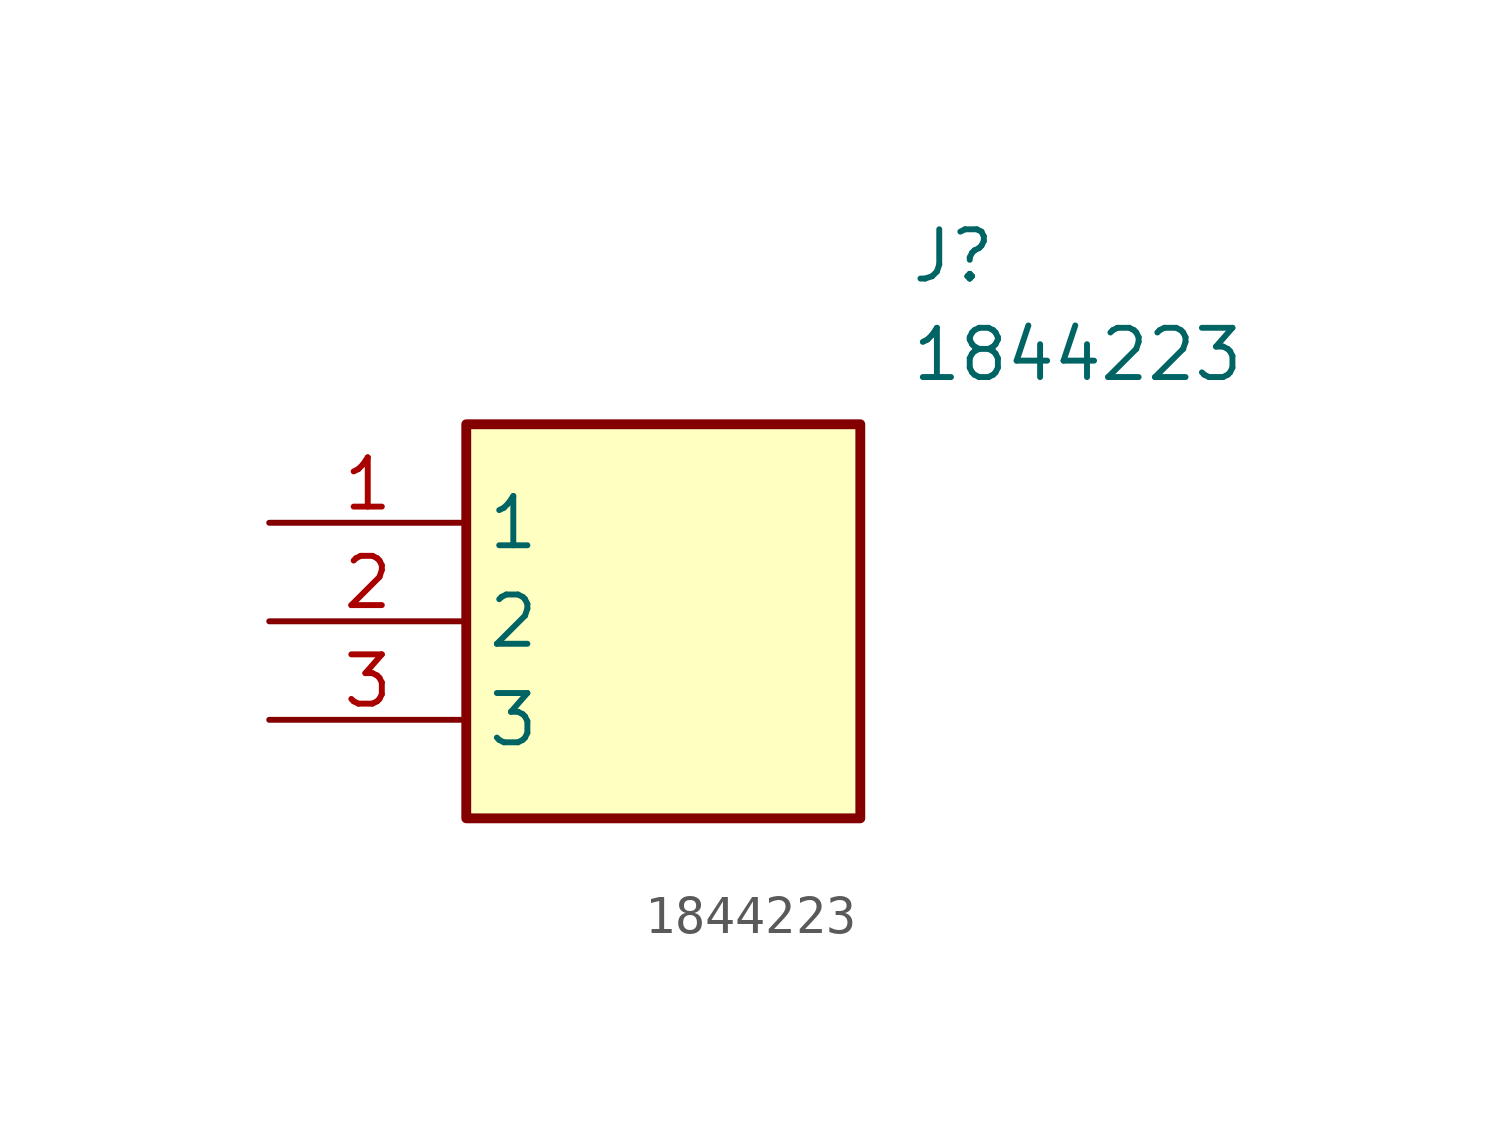
<source format=kicad_sym>
(kicad_symbol_lib
  (version 20211014)
  (generator SamacSys_ECAD_Model)
  (symbol "1844223"
    (property "Reference" "J"
      (at 16.51 7.62 0)
      (effects (font (size 1.27 1.27)) (justify left top)))
    (property "Value" "1844223"
      (at 16.51 5.08 0)
      (effects (font (size 1.27 1.27)) (justify left top)))
    (rectangle
      (start 5.08 2.54)
      (end 15.24 -7.62)
      (stroke (width 0.254) (type default))
      (fill (type background)))
    (pin passive line
      (at 0 0 0)
      (length 5.08)
      (name "1" (effects (font (size 1.27 1.27))))
      (number "1" (effects (font (size 1.27 1.27)))))
    (pin passive line
      (at 0 -2.54 0)
      (length 5.08)
      (name "2" (effects (font (size 1.27 1.27))))
      (number "2" (effects (font (size 1.27 1.27)))))
    (pin passive line
      (at 0 -5.08 0)
      (length 5.08)
      (name "3" (effects (font (size 1.27 1.27))))
      (number "3" (effects (font (size 1.27 1.27)))))))
</source>
